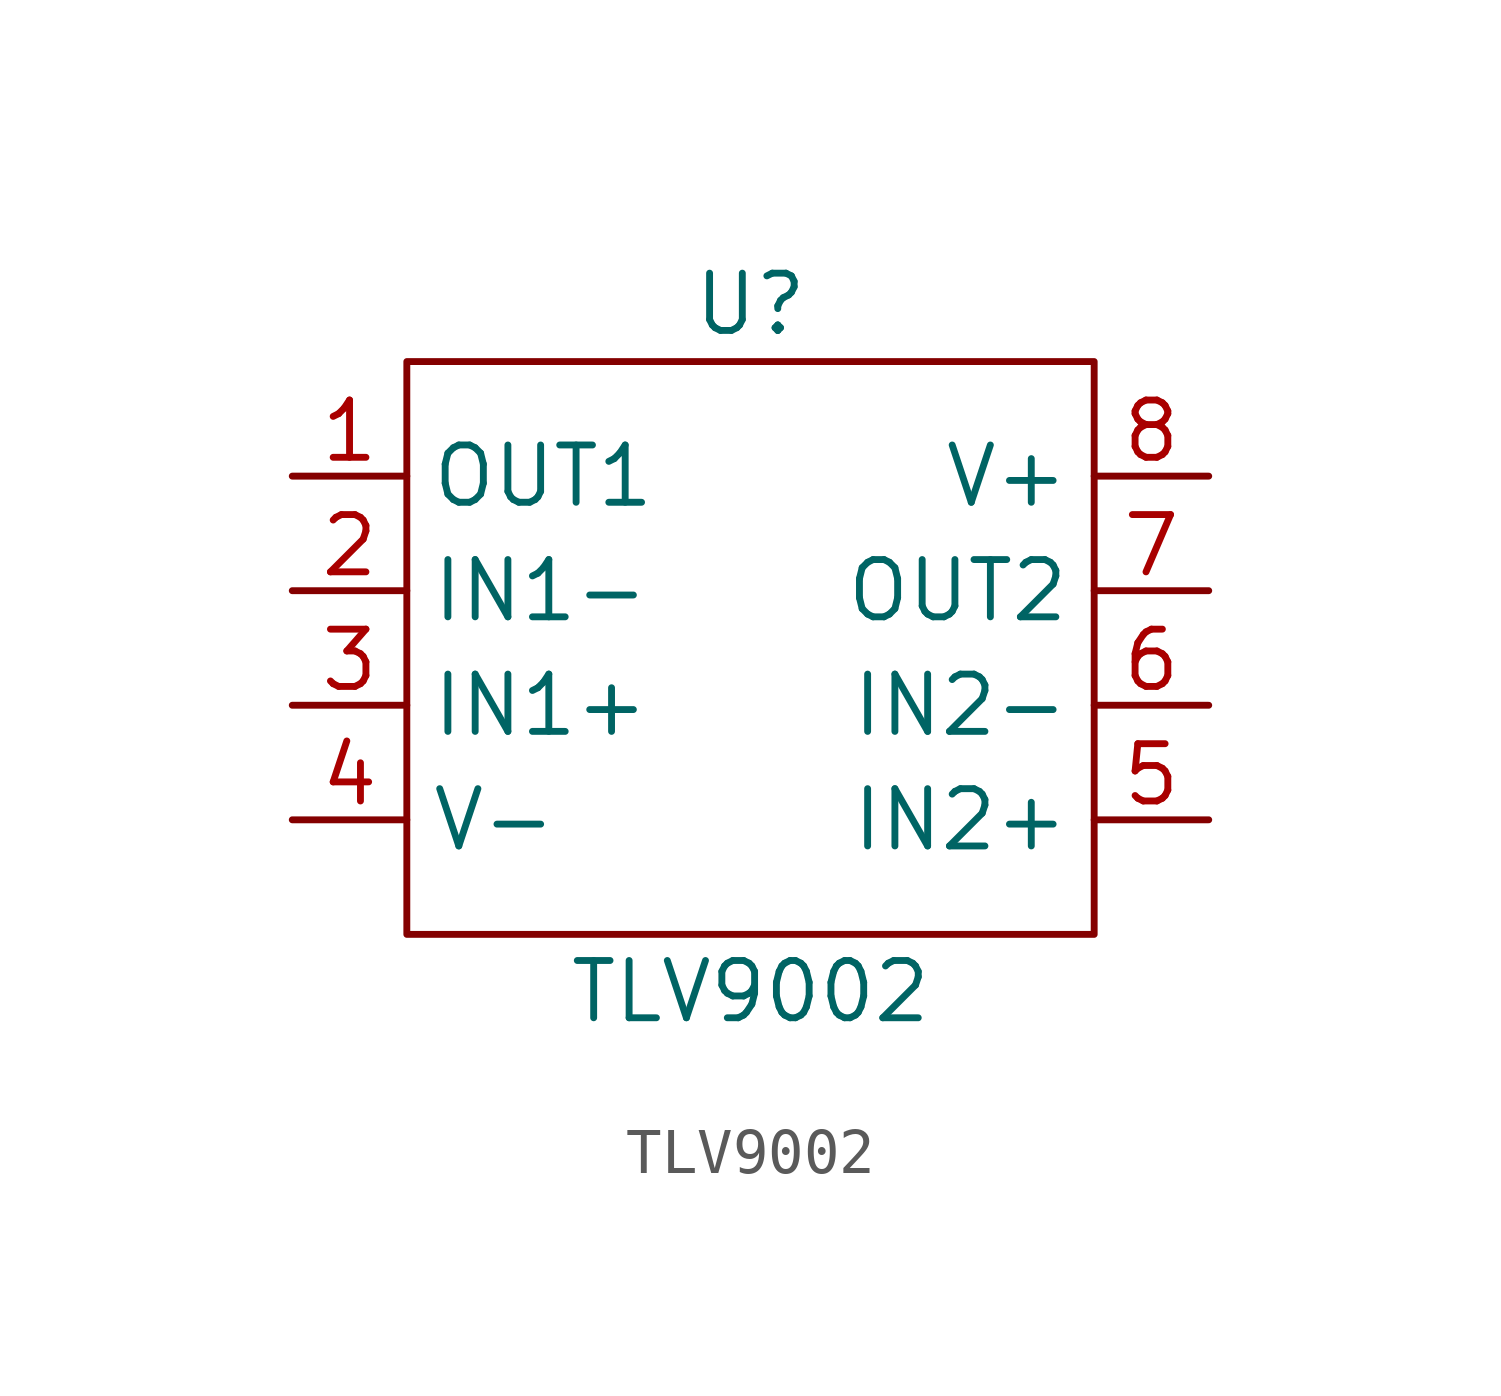
<source format=kicad_sym>
(kicad_symbol_lib
  (version 20220914)
  (generator kicad_symbol_editor)
  (symbol "TLV9002"
    (property "Reference" "U"
      (at 0 1.27 0)
      (effects (font (size 1.27 1.27))))
    (property "Value" "TLV9002"
      (at 0 -13.97 0)
      (effects (font (size 1.27 1.27))))
    (symbol "TLV9002_0_1"
      (rectangle (start -7.62 0) (end 7.62 -12.7) (stroke (width 0) (type default)) (fill (type none))))
    (symbol "TLV9002_1_1"
      (pin output line (at -10.16 -2.54 0) (length 2.54) (name "OUT1" (effects (font (size 1.27 1.27)))) (number "1" (effects (font (size 1.27 1.27)))))
      (pin input line (at -10.16 -5.08 0) (length 2.54) (name "IN1-" (effects (font (size 1.27 1.27)))) (number "2" (effects (font (size 1.27 1.27)))))
      (pin input line (at -10.16 -7.62 0) (length 2.54) (name "IN1+" (effects (font (size 1.27 1.27)))) (number "3" (effects (font (size 1.27 1.27)))))
      (pin power_in line (at -10.16 -10.16 0) (length 2.54) (name "V-" (effects (font (size 1.27 1.27)))) (number "4" (effects (font (size 1.27 1.27)))))
      (pin input line (at 10.16 -10.16 180) (length 2.54) (name "IN2+" (effects (font (size 1.27 1.27)))) (number "5" (effects (font (size 1.27 1.27)))))
      (pin input line (at 10.16 -7.62 180) (length 2.54) (name "IN2-" (effects (font (size 1.27 1.27)))) (number "6" (effects (font (size 1.27 1.27)))))
      (pin output line (at 10.16 -5.08 180) (length 2.54) (name "OUT2" (effects (font (size 1.27 1.27)))) (number "7" (effects (font (size 1.27 1.27)))))
      (pin power_out line (at 10.16 -2.54 180) (length 2.54) (name "V+" (effects (font (size 1.27 1.27)))) (number "8" (effects (font (size 1.27 1.27))))))))
</source>
